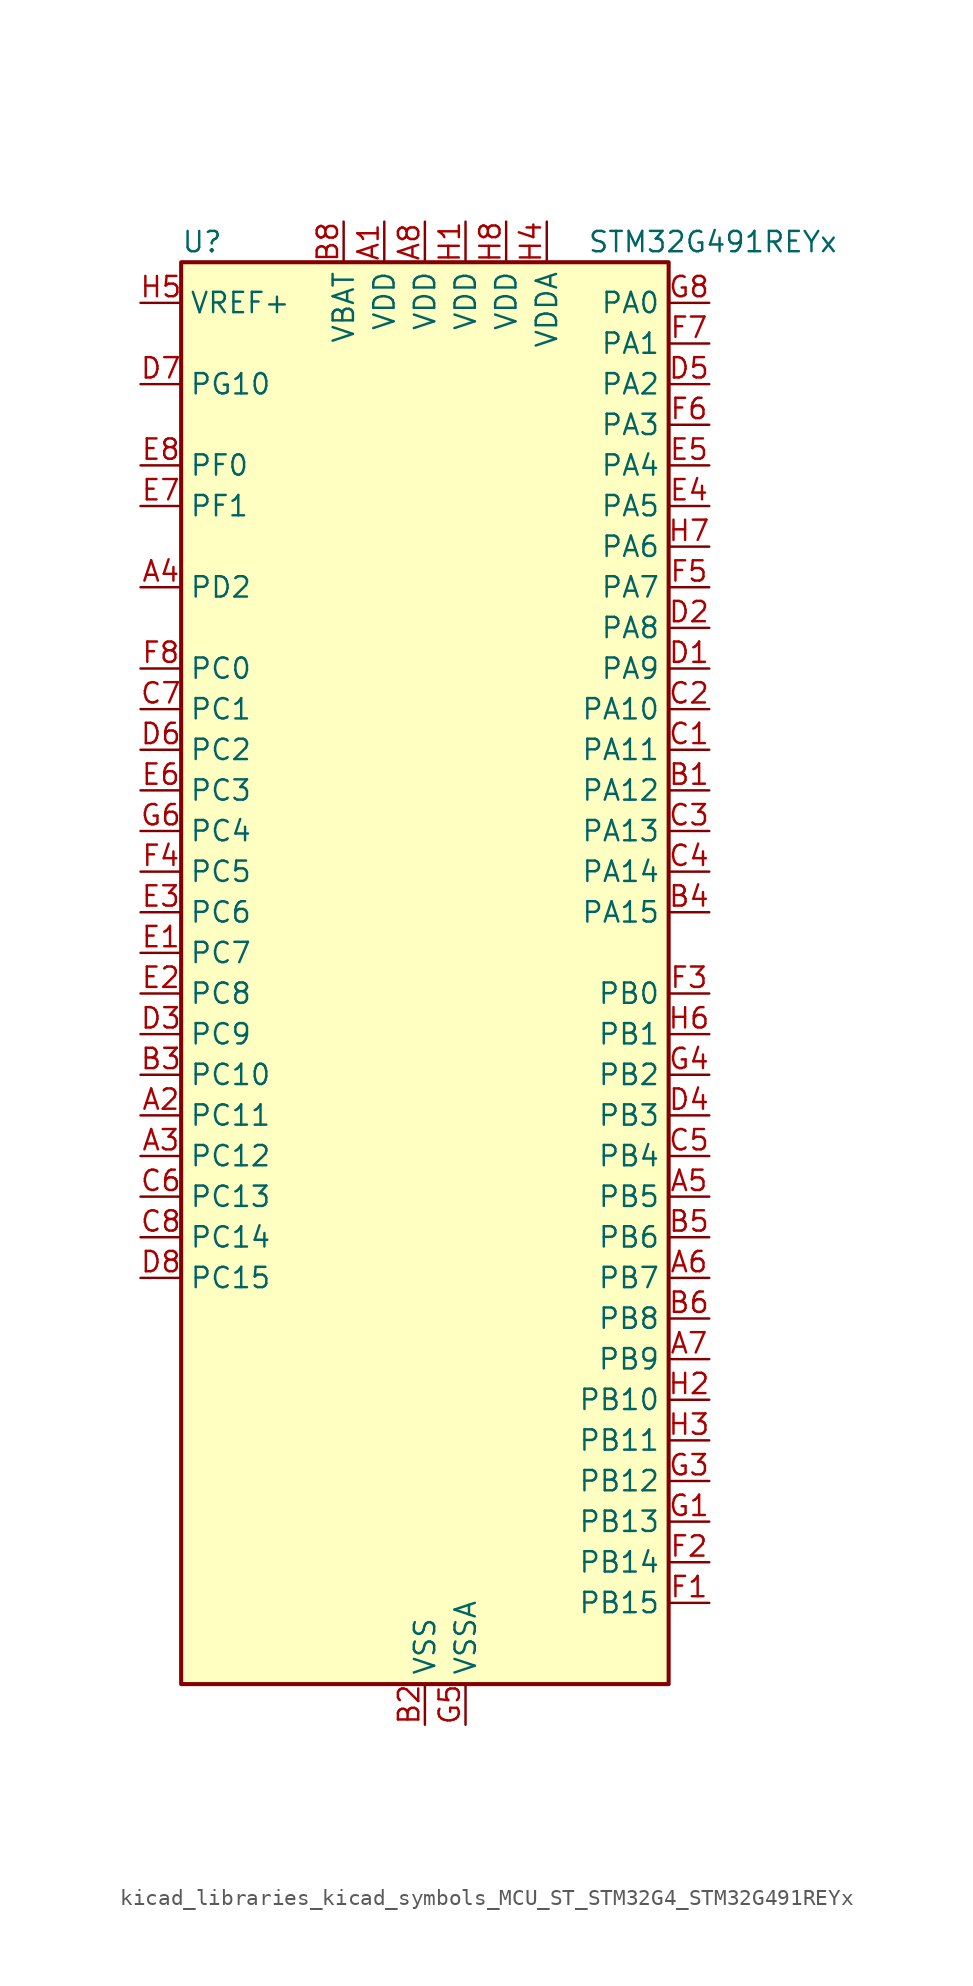
<source format=kicad_sym>
(kicad_symbol_lib
  (version 20220914)
  (generator kicad_symbol_editor)
  (symbol "kicad_libraries_kicad_symbols_MCU_ST_STM32G4_STM32G491REYx"
    (property "Reference" "U"
      (at -15.24 46.99 0)
      (effects (font (size 1.27 1.27)) (justify left)))
    (property "Value" "STM32G491REYx"
      (at 10.16 46.99 0)
      (effects (font (size 1.27 1.27)) (justify left)))
    (property "ki_locked" ""
      (at 0 0 0)
      (effects (font (size 1.27 1.27))))
    (symbol "kicad_libraries_kicad_symbols_MCU_ST_STM32G4_STM32G491REYx_0_1"
      (rectangle (start -15.24 -43.18) (end 15.24 45.72) (stroke (width 0.254) (type default)) (fill (type background))))
    (symbol "kicad_libraries_kicad_symbols_MCU_ST_STM32G4_STM32G491REYx_1_1"
      (pin power_in line (at -2.54 48.26 270) (length 2.54) (name "VDD" (effects (font (size 1.27 1.27)))) (number "A1" (effects (font (size 1.27 1.27)))))
      (pin bidirectional line (at -17.78 -7.62 0) (length 2.54) (name "PC11" (effects (font (size 1.27 1.27)))) (number "A2" (effects (font (size 1.27 1.27)))) (alternate "ADC1_EXTI11" bidirectional line) (alternate "ADC2_EXTI11" bidirectional line) (alternate "I2C3_SDA" bidirectional line) (alternate "SPI3_MISO" bidirectional line) (alternate "TIM8_CH2N" bidirectional line) (alternate "UART4_RX" bidirectional line) (alternate "USART3_RX" bidirectional line))
      (pin bidirectional line (at -17.78 -10.16 0) (length 2.54) (name "PC12" (effects (font (size 1.27 1.27)))) (number "A3" (effects (font (size 1.27 1.27)))) (alternate "I2S3_SD" bidirectional line) (alternate "SPI3_MOSI" bidirectional line) (alternate "TIM8_CH3N" bidirectional line) (alternate "UART5_TX" bidirectional line) (alternate "UCPD1_FRSTX1" bidirectional line) (alternate "UCPD1_FRSTX2" bidirectional line) (alternate "USART3_CK" bidirectional line))
      (pin bidirectional line (at -17.78 25.4 0) (length 2.54) (name "PD2" (effects (font (size 1.27 1.27)))) (number "A4" (effects (font (size 1.27 1.27)))) (alternate "ADC3_EXTI2" bidirectional line) (alternate "TIM3_ETR" bidirectional line) (alternate "TIM8_BKIN" bidirectional line) (alternate "UART5_RX" bidirectional line))
      (pin bidirectional line (at 17.78 -12.7 180) (length 2.54) (name "PB5" (effects (font (size 1.27 1.27)))) (number "A5" (effects (font (size 1.27 1.27)))) (alternate "FDCAN2_RX" bidirectional line) (alternate "I2C1_SMBA" bidirectional line) (alternate "I2C3_SDA" bidirectional line) (alternate "I2S3_SD" bidirectional line) (alternate "LPTIM1_IN1" bidirectional line) (alternate "SAI1_SD_B" bidirectional line) (alternate "SPI1_MOSI" bidirectional line) (alternate "SPI3_MOSI" bidirectional line) (alternate "TIM16_BKIN" bidirectional line) (alternate "TIM17_CH1" bidirectional line) (alternate "TIM3_CH2" bidirectional line) (alternate "TIM8_CH3N" bidirectional line) (alternate "UART5_CTS" bidirectional line) (alternate "USART2_CK" bidirectional line))
      (pin bidirectional line (at 17.78 -17.78 180) (length 2.54) (name "PB7" (effects (font (size 1.27 1.27)))) (number "A6" (effects (font (size 1.27 1.27)))) (alternate "COMP3_OUT" bidirectional line) (alternate "I2C1_SDA" bidirectional line) (alternate "LPTIM1_IN2" bidirectional line) (alternate "SYS_PVD_IN" bidirectional line) (alternate "TIM17_CH1N" bidirectional line) (alternate "TIM3_CH4" bidirectional line) (alternate "TIM4_CH2" bidirectional line) (alternate "TIM8_BKIN" bidirectional line) (alternate "UART4_CTS" bidirectional line) (alternate "USART1_RX" bidirectional line))
      (pin bidirectional line (at 17.78 -22.86 180) (length 2.54) (name "PB9" (effects (font (size 1.27 1.27)))) (number "A7" (effects (font (size 1.27 1.27)))) (alternate "COMP2_OUT" bidirectional line) (alternate "DAC1_EXTI9" bidirectional line) (alternate "DAC3_EXTI9" bidirectional line) (alternate "FDCAN1_TX" bidirectional line) (alternate "I2C1_SDA" bidirectional line) (alternate "IR_OUT" bidirectional line) (alternate "SAI1_D2" bidirectional line) (alternate "SAI1_FS_A" bidirectional line) (alternate "TIM17_CH1" bidirectional line) (alternate "TIM1_CH3N" bidirectional line) (alternate "TIM4_CH4" bidirectional line) (alternate "TIM8_CH3" bidirectional line) (alternate "USART3_TX" bidirectional line))
      (pin power_in line (at 0 48.26 270) (length 2.54) (name "VDD" (effects (font (size 1.27 1.27)))) (number "A8" (effects (font (size 1.27 1.27)))))
      (pin bidirectional line (at 17.78 12.7 180) (length 2.54) (name "PA12" (effects (font (size 1.27 1.27)))) (number "B1" (effects (font (size 1.27 1.27)))) (alternate "COMP2_OUT" bidirectional line) (alternate "FDCAN1_TX" bidirectional line) (alternate "I2S_CKIN" bidirectional line) (alternate "TIM16_CH1" bidirectional line) (alternate "TIM1_CH2N" bidirectional line) (alternate "TIM1_ETR" bidirectional line) (alternate "TIM4_CH2" bidirectional line) (alternate "USART1_DE" bidirectional line) (alternate "USART1_RTS" bidirectional line) (alternate "USB_DP" bidirectional line))
      (pin power_in line (at 0 -45.72 90) (length 2.54) (name "VSS" (effects (font (size 1.27 1.27)))) (number "B2" (effects (font (size 1.27 1.27)))))
      (pin bidirectional line (at -17.78 -5.08 0) (length 2.54) (name "PC10" (effects (font (size 1.27 1.27)))) (number "B3" (effects (font (size 1.27 1.27)))) (alternate "DAC1_EXTI10" bidirectional line) (alternate "DAC3_EXTI10" bidirectional line) (alternate "I2S3_CK" bidirectional line) (alternate "SPI3_SCK" bidirectional line) (alternate "TIM8_CH1N" bidirectional line) (alternate "UART4_TX" bidirectional line) (alternate "USART3_TX" bidirectional line))
      (pin bidirectional line (at 17.78 5.08 180) (length 2.54) (name "PA15" (effects (font (size 1.27 1.27)))) (number "B4" (effects (font (size 1.27 1.27)))) (alternate "ADC1_EXTI15" bidirectional line) (alternate "ADC2_EXTI15" bidirectional line) (alternate "I2C1_SCL" bidirectional line) (alternate "I2S3_WS" bidirectional line) (alternate "SPI1_NSS" bidirectional line) (alternate "SPI3_NSS" bidirectional line) (alternate "SYS_JTDI" bidirectional line) (alternate "TIM1_BKIN" bidirectional line) (alternate "TIM20_ETR" bidirectional line) (alternate "TIM2_CH1" bidirectional line) (alternate "TIM2_ETR" bidirectional line) (alternate "TIM8_CH1" bidirectional line) (alternate "UART4_DE" bidirectional line) (alternate "UART4_RTS" bidirectional line) (alternate "USART2_RX" bidirectional line))
      (pin bidirectional line (at 17.78 -15.24 180) (length 2.54) (name "PB6" (effects (font (size 1.27 1.27)))) (number "B5" (effects (font (size 1.27 1.27)))) (alternate "COMP4_OUT" bidirectional line) (alternate "FDCAN2_TX" bidirectional line) (alternate "LPTIM1_ETR" bidirectional line) (alternate "SAI1_FS_B" bidirectional line) (alternate "TIM16_CH1N" bidirectional line) (alternate "TIM4_CH1" bidirectional line) (alternate "TIM8_BKIN2" bidirectional line) (alternate "TIM8_CH1" bidirectional line) (alternate "TIM8_ETR" bidirectional line) (alternate "UCPD1_CC1" bidirectional line) (alternate "USART1_TX" bidirectional line))
      (pin bidirectional line (at 17.78 -20.32 180) (length 2.54) (name "PB8" (effects (font (size 1.27 1.27)))) (number "B6" (effects (font (size 1.27 1.27)))) (alternate "COMP1_OUT" bidirectional line) (alternate "FDCAN1_RX" bidirectional line) (alternate "I2C1_SCL" bidirectional line) (alternate "SAI1_CK1" bidirectional line) (alternate "SAI1_MCLK_A" bidirectional line) (alternate "TIM16_CH1" bidirectional line) (alternate "TIM1_BKIN" bidirectional line) (alternate "TIM4_CH3" bidirectional line) (alternate "TIM8_CH2" bidirectional line) (alternate "USART3_RX" bidirectional line))
      (pin passive line (at 0 -45.72 90) (length 2.54) hide (name "VSS" (effects (font (size 1.27 1.27)))) (number "B7" (effects (font (size 1.27 1.27)))))
      (pin power_in line (at -5.08 48.26 270) (length 2.54) (name "VBAT" (effects (font (size 1.27 1.27)))) (number "B8" (effects (font (size 1.27 1.27)))))
      (pin bidirectional line (at 17.78 15.24 180) (length 2.54) (name "PA11" (effects (font (size 1.27 1.27)))) (number "C1" (effects (font (size 1.27 1.27)))) (alternate "ADC1_EXTI11" bidirectional line) (alternate "ADC2_EXTI11" bidirectional line) (alternate "COMP1_OUT" bidirectional line) (alternate "FDCAN1_RX" bidirectional line) (alternate "I2S2_SD" bidirectional line) (alternate "SPI2_MOSI" bidirectional line) (alternate "TIM1_BKIN2" bidirectional line) (alternate "TIM1_CH1N" bidirectional line) (alternate "TIM1_CH4" bidirectional line) (alternate "TIM4_CH1" bidirectional line) (alternate "USART1_CTS" bidirectional line) (alternate "USART1_NSS" bidirectional line) (alternate "USB_DM" bidirectional line))
      (pin bidirectional line (at 17.78 17.78 180) (length 2.54) (name "PA10" (effects (font (size 1.27 1.27)))) (number "C2" (effects (font (size 1.27 1.27)))) (alternate "CRS_SYNC" bidirectional line) (alternate "DAC1_EXTI10" bidirectional line) (alternate "DAC3_EXTI10" bidirectional line) (alternate "I2C2_SMBA" bidirectional line) (alternate "SAI1_D1" bidirectional line) (alternate "SAI1_SD_A" bidirectional line) (alternate "SPI2_MISO" bidirectional line) (alternate "TIM17_BKIN" bidirectional line) (alternate "TIM1_CH3" bidirectional line) (alternate "TIM2_CH4" bidirectional line) (alternate "TIM8_BKIN" bidirectional line) (alternate "UCPD1_DBCC2" bidirectional line) (alternate "USART1_RX" bidirectional line))
      (pin bidirectional line (at 17.78 10.16 180) (length 2.54) (name "PA13" (effects (font (size 1.27 1.27)))) (number "C3" (effects (font (size 1.27 1.27)))) (alternate "I2C1_SCL" bidirectional line) (alternate "IR_OUT" bidirectional line) (alternate "SAI1_SD_B" bidirectional line) (alternate "SYS_JTMS-SWDIO" bidirectional line) (alternate "TIM16_CH1N" bidirectional line) (alternate "TIM4_CH3" bidirectional line) (alternate "USART3_CTS" bidirectional line) (alternate "USART3_NSS" bidirectional line))
      (pin bidirectional line (at 17.78 7.62 180) (length 2.54) (name "PA14" (effects (font (size 1.27 1.27)))) (number "C4" (effects (font (size 1.27 1.27)))) (alternate "I2C1_SDA" bidirectional line) (alternate "LPTIM1_OUT" bidirectional line) (alternate "SAI1_FS_B" bidirectional line) (alternate "SYS_JTCK-SWCLK" bidirectional line) (alternate "TIM1_BKIN" bidirectional line) (alternate "TIM8_CH2" bidirectional line) (alternate "USART2_TX" bidirectional line))
      (pin bidirectional line (at 17.78 -10.16 180) (length 2.54) (name "PB4" (effects (font (size 1.27 1.27)))) (number "C5" (effects (font (size 1.27 1.27)))) (alternate "SAI1_MCLK_B" bidirectional line) (alternate "SPI1_MISO" bidirectional line) (alternate "SPI3_MISO" bidirectional line) (alternate "SYS_JTRST" bidirectional line) (alternate "TIM16_CH1" bidirectional line) (alternate "TIM17_BKIN" bidirectional line) (alternate "TIM3_CH1" bidirectional line) (alternate "TIM8_CH2N" bidirectional line) (alternate "UART5_DE" bidirectional line) (alternate "UART5_RTS" bidirectional line) (alternate "UCPD1_CC2" bidirectional line) (alternate "USART2_RX" bidirectional line))
      (pin bidirectional line (at -17.78 -12.7 0) (length 2.54) (name "PC13" (effects (font (size 1.27 1.27)))) (number "C6" (effects (font (size 1.27 1.27)))) (alternate "RTC_OUT1" bidirectional line) (alternate "RTC_TAMP1" bidirectional line) (alternate "RTC_TS" bidirectional line) (alternate "SYS_WKUP2" bidirectional line) (alternate "TIM1_BKIN" bidirectional line) (alternate "TIM1_CH1N" bidirectional line) (alternate "TIM8_CH4N" bidirectional line))
      (pin bidirectional line (at -17.78 17.78 0) (length 2.54) (name "PC1" (effects (font (size 1.27 1.27)))) (number "C7" (effects (font (size 1.27 1.27)))) (alternate "ADC1_IN7" bidirectional line) (alternate "ADC2_IN7" bidirectional line) (alternate "COMP3_INP" bidirectional line) (alternate "LPTIM1_OUT" bidirectional line) (alternate "LPUART1_TX" bidirectional line) (alternate "QUADSPI1_BK2_IO0" bidirectional line) (alternate "SAI1_SD_A" bidirectional line) (alternate "TIM1_CH2" bidirectional line))
      (pin bidirectional line (at -17.78 -15.24 0) (length 2.54) (name "PC14" (effects (font (size 1.27 1.27)))) (number "C8" (effects (font (size 1.27 1.27)))) (alternate "RCC_OSC32_IN" bidirectional line))
      (pin bidirectional line (at 17.78 20.32 180) (length 2.54) (name "PA9" (effects (font (size 1.27 1.27)))) (number "D1" (effects (font (size 1.27 1.27)))) (alternate "DAC1_EXTI9" bidirectional line) (alternate "DAC3_EXTI9" bidirectional line) (alternate "I2C2_SCL" bidirectional line) (alternate "I2C3_SMBA" bidirectional line) (alternate "I2S3_MCK" bidirectional line) (alternate "SAI1_FS_A" bidirectional line) (alternate "TIM15_BKIN" bidirectional line) (alternate "TIM1_CH2" bidirectional line) (alternate "TIM2_CH3" bidirectional line) (alternate "UCPD1_DBCC1" bidirectional line) (alternate "USART1_TX" bidirectional line))
      (pin bidirectional line (at 17.78 22.86 180) (length 2.54) (name "PA8" (effects (font (size 1.27 1.27)))) (number "D2" (effects (font (size 1.27 1.27)))) (alternate "I2C2_SDA" bidirectional line) (alternate "I2C3_SCL" bidirectional line) (alternate "I2S2_MCK" bidirectional line) (alternate "RCC_MCO" bidirectional line) (alternate "SAI1_CK2" bidirectional line) (alternate "SAI1_SCK_A" bidirectional line) (alternate "TIM1_CH1" bidirectional line) (alternate "TIM4_ETR" bidirectional line) (alternate "USART1_CK" bidirectional line))
      (pin bidirectional line (at -17.78 -2.54 0) (length 2.54) (name "PC9" (effects (font (size 1.27 1.27)))) (number "D3" (effects (font (size 1.27 1.27)))) (alternate "DAC1_EXTI9" bidirectional line) (alternate "DAC3_EXTI9" bidirectional line) (alternate "I2C3_SDA" bidirectional line) (alternate "I2S_CKIN" bidirectional line) (alternate "TIM3_CH4" bidirectional line) (alternate "TIM8_BKIN2" bidirectional line) (alternate "TIM8_CH4" bidirectional line))
      (pin bidirectional line (at 17.78 -7.62 180) (length 2.54) (name "PB3" (effects (font (size 1.27 1.27)))) (number "D4" (effects (font (size 1.27 1.27)))) (alternate "ADC3_EXTI3" bidirectional line) (alternate "CRS_SYNC" bidirectional line) (alternate "I2S3_CK" bidirectional line) (alternate "SAI1_SCK_B" bidirectional line) (alternate "SPI1_SCK" bidirectional line) (alternate "SPI3_SCK" bidirectional line) (alternate "SYS_JTDO-SWO" bidirectional line) (alternate "TIM2_CH2" bidirectional line) (alternate "TIM3_ETR" bidirectional line) (alternate "TIM4_ETR" bidirectional line) (alternate "TIM8_CH1N" bidirectional line) (alternate "USART2_TX" bidirectional line))
      (pin bidirectional line (at 17.78 38.1 180) (length 2.54) (name "PA2" (effects (font (size 1.27 1.27)))) (number "D5" (effects (font (size 1.27 1.27)))) (alternate "ADC1_IN3" bidirectional line) (alternate "ADC3_EXTI2" bidirectional line) (alternate "COMP2_INM" bidirectional line) (alternate "COMP2_OUT" bidirectional line) (alternate "LPUART1_TX" bidirectional line) (alternate "OPAMP1_VOUT" bidirectional line) (alternate "QUADSPI1_BK1_NCS" bidirectional line) (alternate "RCC_LSCO" bidirectional line) (alternate "SYS_WKUP4" bidirectional line) (alternate "TIM15_CH1" bidirectional line) (alternate "TIM2_CH3" bidirectional line) (alternate "UCPD1_FRSTX1" bidirectional line) (alternate "UCPD1_FRSTX2" bidirectional line) (alternate "USART2_TX" bidirectional line))
      (pin bidirectional line (at -17.78 15.24 0) (length 2.54) (name "PC2" (effects (font (size 1.27 1.27)))) (number "D6" (effects (font (size 1.27 1.27)))) (alternate "ADC1_IN8" bidirectional line) (alternate "ADC2_IN8" bidirectional line) (alternate "ADC3_EXTI2" bidirectional line) (alternate "COMP3_OUT" bidirectional line) (alternate "LPTIM1_IN2" bidirectional line) (alternate "QUADSPI1_BK2_IO1" bidirectional line) (alternate "TIM1_CH3" bidirectional line) (alternate "TIM20_CH2" bidirectional line))
      (pin bidirectional line (at -17.78 38.1 0) (length 2.54) (name "PG10" (effects (font (size 1.27 1.27)))) (number "D7" (effects (font (size 1.27 1.27)))) (alternate "DAC1_EXTI10" bidirectional line) (alternate "DAC3_EXTI10" bidirectional line) (alternate "RCC_MCO" bidirectional line))
      (pin bidirectional line (at -17.78 -17.78 0) (length 2.54) (name "PC15" (effects (font (size 1.27 1.27)))) (number "D8" (effects (font (size 1.27 1.27)))) (alternate "ADC1_EXTI15" bidirectional line) (alternate "ADC2_EXTI15" bidirectional line) (alternate "RCC_OSC32_OUT" bidirectional line))
      (pin bidirectional line (at -17.78 2.54 0) (length 2.54) (name "PC7" (effects (font (size 1.27 1.27)))) (number "E1" (effects (font (size 1.27 1.27)))) (alternate "I2S3_MCK" bidirectional line) (alternate "TIM3_CH2" bidirectional line) (alternate "TIM8_CH2" bidirectional line))
      (pin bidirectional line (at -17.78 0 0) (length 2.54) (name "PC8" (effects (font (size 1.27 1.27)))) (number "E2" (effects (font (size 1.27 1.27)))) (alternate "I2C3_SCL" bidirectional line) (alternate "TIM20_CH3" bidirectional line) (alternate "TIM3_CH3" bidirectional line) (alternate "TIM8_CH3" bidirectional line))
      (pin bidirectional line (at -17.78 5.08 0) (length 2.54) (name "PC6" (effects (font (size 1.27 1.27)))) (number "E3" (effects (font (size 1.27 1.27)))) (alternate "I2S2_MCK" bidirectional line) (alternate "TIM3_CH1" bidirectional line) (alternate "TIM8_CH1" bidirectional line))
      (pin bidirectional line (at 17.78 30.48 180) (length 2.54) (name "PA5" (effects (font (size 1.27 1.27)))) (number "E4" (effects (font (size 1.27 1.27)))) (alternate "ADC2_IN13" bidirectional line) (alternate "COMP2_INM" bidirectional line) (alternate "DAC1_OUT2" bidirectional line) (alternate "OPAMP2_VINM" bidirectional line) (alternate "OPAMP2_VINM0" bidirectional line) (alternate "OPAMP2_VINM_SEC" bidirectional line) (alternate "SPI1_SCK" bidirectional line) (alternate "TIM2_CH1" bidirectional line) (alternate "TIM2_ETR" bidirectional line) (alternate "UCPD1_FRSTX1" bidirectional line) (alternate "UCPD1_FRSTX2" bidirectional line))
      (pin bidirectional line (at 17.78 33.02 180) (length 2.54) (name "PA4" (effects (font (size 1.27 1.27)))) (number "E5" (effects (font (size 1.27 1.27)))) (alternate "ADC2_IN17" bidirectional line) (alternate "COMP1_INM" bidirectional line) (alternate "DAC1_OUT1" bidirectional line) (alternate "I2S3_WS" bidirectional line) (alternate "SAI1_FS_B" bidirectional line) (alternate "SPI1_NSS" bidirectional line) (alternate "SPI3_NSS" bidirectional line) (alternate "TIM3_CH2" bidirectional line) (alternate "USART2_CK" bidirectional line))
      (pin bidirectional line (at -17.78 12.7 0) (length 2.54) (name "PC3" (effects (font (size 1.27 1.27)))) (number "E6" (effects (font (size 1.27 1.27)))) (alternate "ADC1_IN9" bidirectional line) (alternate "ADC2_IN9" bidirectional line) (alternate "ADC3_EXTI3" bidirectional line) (alternate "LPTIM1_ETR" bidirectional line) (alternate "QUADSPI1_BK2_IO2" bidirectional line) (alternate "SAI1_D1" bidirectional line) (alternate "SAI1_SD_A" bidirectional line) (alternate "TIM1_BKIN2" bidirectional line) (alternate "TIM1_CH4" bidirectional line))
      (pin bidirectional line (at -17.78 30.48 0) (length 2.54) (name "PF1" (effects (font (size 1.27 1.27)))) (number "E7" (effects (font (size 1.27 1.27)))) (alternate "ADC2_IN10" bidirectional line) (alternate "COMP3_INM" bidirectional line) (alternate "I2S2_CK" bidirectional line) (alternate "RCC_OSC_OUT" bidirectional line) (alternate "SPI2_SCK" bidirectional line))
      (pin bidirectional line (at -17.78 33.02 0) (length 2.54) (name "PF0" (effects (font (size 1.27 1.27)))) (number "E8" (effects (font (size 1.27 1.27)))) (alternate "ADC1_IN10" bidirectional line) (alternate "I2C2_SDA" bidirectional line) (alternate "I2S2_WS" bidirectional line) (alternate "RCC_OSC_IN" bidirectional line) (alternate "SPI2_NSS" bidirectional line) (alternate "TIM1_CH3N" bidirectional line))
      (pin bidirectional line (at 17.78 -38.1 180) (length 2.54) (name "PB15" (effects (font (size 1.27 1.27)))) (number "F1" (effects (font (size 1.27 1.27)))) (alternate "ADC1_EXTI15" bidirectional line) (alternate "ADC2_EXTI15" bidirectional line) (alternate "ADC2_IN15" bidirectional line) (alternate "COMP3_OUT" bidirectional line) (alternate "I2S2_SD" bidirectional line) (alternate "RTC_REFIN" bidirectional line) (alternate "SPI2_MOSI" bidirectional line) (alternate "TIM15_CH1N" bidirectional line) (alternate "TIM15_CH2" bidirectional line) (alternate "TIM1_CH3N" bidirectional line))
      (pin bidirectional line (at 17.78 -35.56 180) (length 2.54) (name "PB14" (effects (font (size 1.27 1.27)))) (number "F2" (effects (font (size 1.27 1.27)))) (alternate "ADC1_IN5" bidirectional line) (alternate "COMP4_OUT" bidirectional line) (alternate "OPAMP2_VINP" bidirectional line) (alternate "OPAMP2_VINP_SEC" bidirectional line) (alternate "SPI2_MISO" bidirectional line) (alternate "TIM15_CH1" bidirectional line) (alternate "TIM1_CH2N" bidirectional line) (alternate "USART3_DE" bidirectional line) (alternate "USART3_RTS" bidirectional line))
      (pin bidirectional line (at 17.78 0 180) (length 2.54) (name "PB0" (effects (font (size 1.27 1.27)))) (number "F3" (effects (font (size 1.27 1.27)))) (alternate "ADC1_IN15" bidirectional line) (alternate "ADC3_IN12" bidirectional line) (alternate "COMP4_INP" bidirectional line) (alternate "OPAMP2_VINP" bidirectional line) (alternate "OPAMP2_VINP_SEC" bidirectional line) (alternate "OPAMP3_VINP" bidirectional line) (alternate "OPAMP3_VINP_SEC" bidirectional line) (alternate "QUADSPI1_BK1_IO1" bidirectional line) (alternate "TIM1_CH2N" bidirectional line) (alternate "TIM3_CH3" bidirectional line) (alternate "TIM8_CH2N" bidirectional line) (alternate "UCPD1_FRSTX1" bidirectional line) (alternate "UCPD1_FRSTX2" bidirectional line))
      (pin bidirectional line (at -17.78 7.62 0) (length 2.54) (name "PC5" (effects (font (size 1.27 1.27)))) (number "F4" (effects (font (size 1.27 1.27)))) (alternate "ADC2_IN11" bidirectional line) (alternate "OPAMP1_VINM" bidirectional line) (alternate "OPAMP1_VINM1" bidirectional line) (alternate "OPAMP1_VINM_SEC" bidirectional line) (alternate "OPAMP2_VINM" bidirectional line) (alternate "OPAMP2_VINM1" bidirectional line) (alternate "OPAMP2_VINM_SEC" bidirectional line) (alternate "SAI1_D3" bidirectional line) (alternate "SYS_WKUP5" bidirectional line) (alternate "TIM15_BKIN" bidirectional line) (alternate "TIM1_CH4N" bidirectional line) (alternate "USART1_RX" bidirectional line))
      (pin bidirectional line (at 17.78 25.4 180) (length 2.54) (name "PA7" (effects (font (size 1.27 1.27)))) (number "F5" (effects (font (size 1.27 1.27)))) (alternate "ADC2_IN4" bidirectional line) (alternate "COMP2_INP" bidirectional line) (alternate "COMP2_OUT" bidirectional line) (alternate "OPAMP1_VINP" bidirectional line) (alternate "OPAMP1_VINP_SEC" bidirectional line) (alternate "OPAMP2_VINP" bidirectional line) (alternate "OPAMP2_VINP_SEC" bidirectional line) (alternate "QUADSPI1_BK1_IO2" bidirectional line) (alternate "SPI1_MOSI" bidirectional line) (alternate "TIM17_CH1" bidirectional line) (alternate "TIM1_CH1N" bidirectional line) (alternate "TIM3_CH2" bidirectional line) (alternate "TIM8_CH1N" bidirectional line) (alternate "UCPD1_FRSTX1" bidirectional line) (alternate "UCPD1_FRSTX2" bidirectional line))
      (pin bidirectional line (at 17.78 35.56 180) (length 2.54) (name "PA3" (effects (font (size 1.27 1.27)))) (number "F6" (effects (font (size 1.27 1.27)))) (alternate "ADC1_IN4" bidirectional line) (alternate "ADC3_EXTI3" bidirectional line) (alternate "COMP2_INP" bidirectional line) (alternate "LPUART1_RX" bidirectional line) (alternate "OPAMP1_VINM" bidirectional line) (alternate "OPAMP1_VINM0" bidirectional line) (alternate "OPAMP1_VINM_SEC" bidirectional line) (alternate "OPAMP1_VINP" bidirectional line) (alternate "OPAMP1_VINP_SEC" bidirectional line) (alternate "QUADSPI1_CLK" bidirectional line) (alternate "SAI1_CK1" bidirectional line) (alternate "SAI1_MCLK_A" bidirectional line) (alternate "TIM15_CH2" bidirectional line) (alternate "TIM2_CH4" bidirectional line) (alternate "USART2_RX" bidirectional line))
      (pin bidirectional line (at 17.78 40.64 180) (length 2.54) (name "PA1" (effects (font (size 1.27 1.27)))) (number "F7" (effects (font (size 1.27 1.27)))) (alternate "ADC1_IN2" bidirectional line) (alternate "ADC2_IN2" bidirectional line) (alternate "COMP1_INP" bidirectional line) (alternate "OPAMP1_VINP" bidirectional line) (alternate "OPAMP1_VINP_SEC" bidirectional line) (alternate "OPAMP3_VINP" bidirectional line) (alternate "OPAMP3_VINP_SEC" bidirectional line) (alternate "OPAMP6_VINM" bidirectional line) (alternate "OPAMP6_VINM0" bidirectional line) (alternate "OPAMP6_VINM_SEC" bidirectional line) (alternate "RTC_REFIN" bidirectional line) (alternate "TIM15_CH1N" bidirectional line) (alternate "TIM2_CH2" bidirectional line) (alternate "USART2_DE" bidirectional line) (alternate "USART2_RTS" bidirectional line))
      (pin bidirectional line (at -17.78 20.32 0) (length 2.54) (name "PC0" (effects (font (size 1.27 1.27)))) (number "F8" (effects (font (size 1.27 1.27)))) (alternate "ADC1_IN6" bidirectional line) (alternate "ADC2_IN6" bidirectional line) (alternate "COMP3_INM" bidirectional line) (alternate "LPTIM1_IN1" bidirectional line) (alternate "LPUART1_RX" bidirectional line) (alternate "TIM1_CH1" bidirectional line))
      (pin bidirectional line (at 17.78 -33.02 180) (length 2.54) (name "PB13" (effects (font (size 1.27 1.27)))) (number "G1" (effects (font (size 1.27 1.27)))) (alternate "ADC3_IN5" bidirectional line) (alternate "FDCAN2_TX" bidirectional line) (alternate "I2S2_CK" bidirectional line) (alternate "LPUART1_CTS" bidirectional line) (alternate "OPAMP3_VINP" bidirectional line) (alternate "OPAMP3_VINP_SEC" bidirectional line) (alternate "OPAMP6_VINP" bidirectional line) (alternate "OPAMP6_VINP_SEC" bidirectional line) (alternate "SPI2_SCK" bidirectional line) (alternate "TIM1_CH1N" bidirectional line) (alternate "USART3_CTS" bidirectional line) (alternate "USART3_NSS" bidirectional line))
      (pin passive line (at 0 -45.72 90) (length 2.54) hide (name "VSS" (effects (font (size 1.27 1.27)))) (number "G2" (effects (font (size 1.27 1.27)))))
      (pin bidirectional line (at 17.78 -30.48 180) (length 2.54) (name "PB12" (effects (font (size 1.27 1.27)))) (number "G3" (effects (font (size 1.27 1.27)))) (alternate "ADC1_IN11" bidirectional line) (alternate "FDCAN2_RX" bidirectional line) (alternate "I2C2_SMBA" bidirectional line) (alternate "I2S2_WS" bidirectional line) (alternate "LPUART1_DE" bidirectional line) (alternate "LPUART1_RTS" bidirectional line) (alternate "OPAMP6_VINP" bidirectional line) (alternate "OPAMP6_VINP_SEC" bidirectional line) (alternate "SPI2_NSS" bidirectional line) (alternate "TIM1_BKIN" bidirectional line) (alternate "USART3_CK" bidirectional line))
      (pin bidirectional line (at 17.78 -5.08 180) (length 2.54) (name "PB2" (effects (font (size 1.27 1.27)))) (number "G4" (effects (font (size 1.27 1.27)))) (alternate "ADC2_IN12" bidirectional line) (alternate "ADC3_EXTI2" bidirectional line) (alternate "COMP4_INM" bidirectional line) (alternate "I2C3_SMBA" bidirectional line) (alternate "LPTIM1_OUT" bidirectional line) (alternate "OPAMP3_VINM" bidirectional line) (alternate "OPAMP3_VINM0" bidirectional line) (alternate "OPAMP3_VINM_SEC" bidirectional line) (alternate "QUADSPI1_BK2_IO1" bidirectional line) (alternate "RTC_OUT2" bidirectional line) (alternate "TIM20_CH1" bidirectional line))
      (pin power_in line (at 2.54 -45.72 90) (length 2.54) (name "VSSA" (effects (font (size 1.27 1.27)))) (number "G5" (effects (font (size 1.27 1.27)))))
      (pin bidirectional line (at -17.78 10.16 0) (length 2.54) (name "PC4" (effects (font (size 1.27 1.27)))) (number "G6" (effects (font (size 1.27 1.27)))) (alternate "ADC2_IN5" bidirectional line) (alternate "I2C2_SCL" bidirectional line) (alternate "QUADSPI1_BK2_IO3" bidirectional line) (alternate "TIM1_ETR" bidirectional line) (alternate "USART1_TX" bidirectional line))
      (pin passive line (at 0 -45.72 90) (length 2.54) hide (name "VSS" (effects (font (size 1.27 1.27)))) (number "G7" (effects (font (size 1.27 1.27)))))
      (pin bidirectional line (at 17.78 43.18 180) (length 2.54) (name "PA0" (effects (font (size 1.27 1.27)))) (number "G8" (effects (font (size 1.27 1.27)))) (alternate "ADC1_IN1" bidirectional line) (alternate "ADC2_IN1" bidirectional line) (alternate "COMP1_INM" bidirectional line) (alternate "COMP1_OUT" bidirectional line) (alternate "COMP3_INP" bidirectional line) (alternate "RTC_TAMP2" bidirectional line) (alternate "SYS_WKUP1" bidirectional line) (alternate "TIM2_CH1" bidirectional line) (alternate "TIM2_ETR" bidirectional line) (alternate "TIM8_BKIN" bidirectional line) (alternate "TIM8_ETR" bidirectional line) (alternate "USART2_CTS" bidirectional line) (alternate "USART2_NSS" bidirectional line))
      (pin power_in line (at 2.54 48.26 270) (length 2.54) (name "VDD" (effects (font (size 1.27 1.27)))) (number "H1" (effects (font (size 1.27 1.27)))))
      (pin bidirectional line (at 17.78 -25.4 180) (length 2.54) (name "PB10" (effects (font (size 1.27 1.27)))) (number "H2" (effects (font (size 1.27 1.27)))) (alternate "DAC1_EXTI10" bidirectional line) (alternate "DAC3_EXTI10" bidirectional line) (alternate "LPUART1_RX" bidirectional line) (alternate "OPAMP3_VINM" bidirectional line) (alternate "OPAMP3_VINM1" bidirectional line) (alternate "OPAMP3_VINM_SEC" bidirectional line) (alternate "QUADSPI1_CLK" bidirectional line) (alternate "SAI1_SCK_A" bidirectional line) (alternate "TIM1_BKIN" bidirectional line) (alternate "TIM2_CH3" bidirectional line) (alternate "USART3_TX" bidirectional line))
      (pin bidirectional line (at 17.78 -27.94 180) (length 2.54) (name "PB11" (effects (font (size 1.27 1.27)))) (number "H3" (effects (font (size 1.27 1.27)))) (alternate "ADC1_EXTI11" bidirectional line) (alternate "ADC1_IN14" bidirectional line) (alternate "ADC2_EXTI11" bidirectional line) (alternate "ADC2_IN14" bidirectional line) (alternate "LPUART1_TX" bidirectional line) (alternate "OPAMP6_VOUT" bidirectional line) (alternate "QUADSPI1_BK1_NCS" bidirectional line) (alternate "TIM2_CH4" bidirectional line) (alternate "USART3_RX" bidirectional line))
      (pin power_in line (at 7.62 48.26 270) (length 2.54) (name "VDDA" (effects (font (size 1.27 1.27)))) (number "H4" (effects (font (size 1.27 1.27)))))
      (pin input line (at -17.78 43.18 0) (length 2.54) (name "VREF+" (effects (font (size 1.27 1.27)))) (number "H5" (effects (font (size 1.27 1.27)))) (alternate "VREFBUF_OUT" bidirectional line))
      (pin bidirectional line (at 17.78 -2.54 180) (length 2.54) (name "PB1" (effects (font (size 1.27 1.27)))) (number "H6" (effects (font (size 1.27 1.27)))) (alternate "ADC1_IN12" bidirectional line) (alternate "ADC3_IN1" bidirectional line) (alternate "COMP1_INP" bidirectional line) (alternate "COMP4_OUT" bidirectional line) (alternate "LPUART1_DE" bidirectional line) (alternate "LPUART1_RTS" bidirectional line) (alternate "OPAMP3_VOUT" bidirectional line) (alternate "OPAMP6_VINM" bidirectional line) (alternate "OPAMP6_VINM1" bidirectional line) (alternate "OPAMP6_VINM_SEC" bidirectional line) (alternate "QUADSPI1_BK1_IO0" bidirectional line) (alternate "TIM1_CH3N" bidirectional line) (alternate "TIM3_CH4" bidirectional line) (alternate "TIM8_CH3N" bidirectional line))
      (pin bidirectional line (at 17.78 27.94 180) (length 2.54) (name "PA6" (effects (font (size 1.27 1.27)))) (number "H7" (effects (font (size 1.27 1.27)))) (alternate "ADC2_IN3" bidirectional line) (alternate "COMP1_OUT" bidirectional line) (alternate "LPUART1_CTS" bidirectional line) (alternate "OPAMP2_VOUT" bidirectional line) (alternate "QUADSPI1_BK1_IO3" bidirectional line) (alternate "SPI1_MISO" bidirectional line) (alternate "TIM16_CH1" bidirectional line) (alternate "TIM1_BKIN" bidirectional line) (alternate "TIM3_CH1" bidirectional line) (alternate "TIM8_BKIN" bidirectional line))
      (pin power_in line (at 5.08 48.26 270) (length 2.54) (name "VDD" (effects (font (size 1.27 1.27)))) (number "H8" (effects (font (size 1.27 1.27))))))))
</source>
